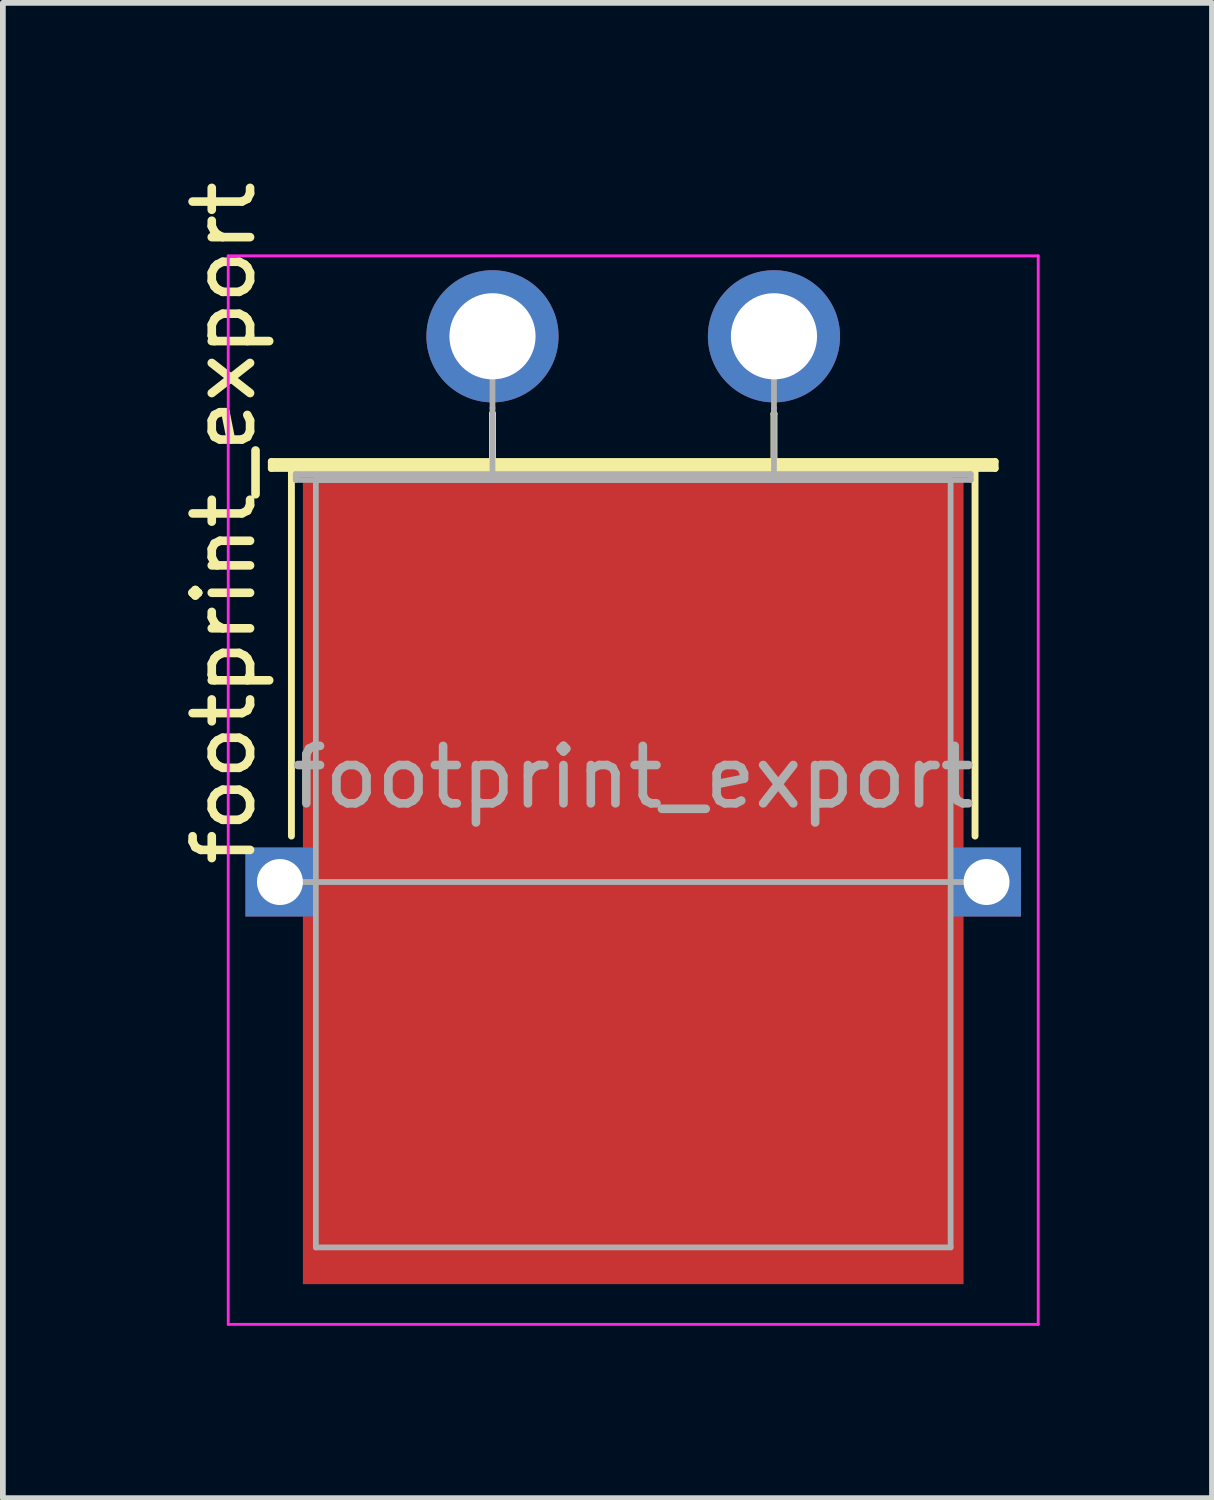
<source format=kicad_pcb>
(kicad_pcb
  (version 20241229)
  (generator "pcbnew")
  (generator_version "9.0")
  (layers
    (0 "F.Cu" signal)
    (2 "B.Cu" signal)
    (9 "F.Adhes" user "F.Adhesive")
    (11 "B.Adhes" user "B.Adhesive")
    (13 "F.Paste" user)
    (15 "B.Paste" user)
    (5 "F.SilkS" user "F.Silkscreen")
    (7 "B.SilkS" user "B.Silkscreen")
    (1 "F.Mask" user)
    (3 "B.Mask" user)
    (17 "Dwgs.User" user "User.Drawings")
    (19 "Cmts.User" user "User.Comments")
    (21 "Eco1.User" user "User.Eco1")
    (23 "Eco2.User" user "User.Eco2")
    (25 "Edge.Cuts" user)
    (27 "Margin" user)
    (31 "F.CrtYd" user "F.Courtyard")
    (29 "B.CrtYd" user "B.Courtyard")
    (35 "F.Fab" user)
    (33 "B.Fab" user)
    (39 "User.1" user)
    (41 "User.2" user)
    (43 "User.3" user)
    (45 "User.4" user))
  (footprint "footprint_export"
    (layer "F.Cu")
    (at 5.523 2.804)
    (property "Reference" "footprint_export" (at -4.675 3.25 90) (layer "F.SilkS") (effects (font (size 1 1) (thickness 0.15))))
    (attr through_hole)
    (fp_line (start -3.85 2.18) (end 8.75 2.18) (stroke (width 0.12) (type solid)) (layer "F.SilkS"))
    (fp_line (start -3.85 2.3) (end -3.85 2.18) (stroke (width 0.12) (type solid)) (layer "F.SilkS"))
    (fp_line (start -3.5 2.3) (end 8.4 2.3) (stroke (width 0.12) (type solid)) (layer "F.SilkS"))
    (fp_line (start -3.5 8.7) (end -3.5 2.3) (stroke (width 0.12) (type solid)) (layer "F.SilkS"))
    (fp_line (start 0 1.35) (end 0 1.35) (stroke (width 0.12) (type solid)) (layer "F.SilkS"))
    (fp_line (start 0 2.3) (end 0 1.35) (stroke (width 0.12) (type solid)) (layer "F.SilkS"))
    (fp_line (start 4.9 1.35) (end 4.9 1.35) (stroke (width 0.12) (type solid)) (layer "F.SilkS"))
    (fp_line (start 4.9 2.3) (end 4.9 1.35) (stroke (width 0.12) (type solid)) (layer "F.SilkS"))
    (fp_line (start 8.4 2.3) (end 8.4 8.7) (stroke (width 0.12) (type solid)) (layer "F.SilkS"))
    (fp_line (start 8.75 2.18) (end 8.75 2.3) (stroke (width 0.12) (type solid)) (layer "F.SilkS"))
    (fp_line (start 8.75 2.3) (end -3.85 2.3) (stroke (width 0.12) (type solid)) (layer "F.SilkS"))
    (fp_line (start -4.6 -1.4) (end -4.6 17.2) (stroke (width 0.05) (type solid)) (layer "F.CrtYd"))
    (fp_line (start -4.6 17.2) (end 9.5 17.2) (stroke (width 0.05) (type solid)) (layer "F.CrtYd"))
    (fp_line (start 9.5 -1.4) (end -4.6 -1.4) (stroke (width 0.05) (type solid)) (layer "F.CrtYd"))
    (fp_line (start 9.5 17.2) (end 9.5 -1.4) (stroke (width 0.05) (type solid)) (layer "F.CrtYd"))
    (fp_line (start -3.7 9.5) (end 8.6 9.5) (stroke (width 0.1) (type solid)) (layer "F.Fab"))
    (fp_line (start -3.425 2.4) (end 8.325 2.4) (stroke (width 0.1) (type solid)) (layer "F.Fab"))
    (fp_line (start -3.425 2.5) (end -3.425 2.4) (stroke (width 0.1) (type solid)) (layer "F.Fab"))
    (fp_line (start -3.075 2.5) (end -3.075 15.86) (stroke (width 0.1) (type solid)) (layer "F.Fab"))
    (fp_line (start -3.075 15.86) (end 7.975 15.86) (stroke (width 0.1) (type solid)) (layer "F.Fab"))
    (fp_line (start 0 1.25) (end 0 0) (stroke (width 0.1) (type solid)) (layer "F.Fab"))
    (fp_line (start 0 2.5) (end 0 1.25) (stroke (width 0.1) (type solid)) (layer "F.Fab"))
    (fp_line (start 4.9 1.25) (end 4.9 0) (stroke (width 0.1) (type solid)) (layer "F.Fab"))
    (fp_line (start 4.9 2.5) (end 4.9 1.25) (stroke (width 0.1) (type solid)) (layer "F.Fab"))
    (fp_line (start 7.975 2.5) (end -3.075 2.5) (stroke (width 0.1) (type solid)) (layer "F.Fab"))
    (fp_line (start 7.975 15.86) (end 7.975 2.5) (stroke (width 0.1) (type solid)) (layer "F.Fab"))
    (fp_line (start 8.325 2.4) (end 8.325 2.5) (stroke (width 0.1) (type solid)) (layer "F.Fab"))
    (fp_line (start 8.325 2.5) (end -3.425 2.5) (stroke (width 0.1) (type solid)) (layer "F.Fab"))
    (fp_text user "${REFERENCE}" (at 2.45 7.675 0) (layer "F.Fab") (effects (font (size 1 1) (thickness 0.15))))
    (pad "1" thru_hole circle (at 0 0) (size 2.3 2.3) (drill 1.5) (layers "*.Cu" "*.Mask"))
    (pad "2" thru_hole circle (at 4.9 0) (size 2.3 2.3) (drill 1.5) (layers "*.Cu" "*.Mask"))
    (pad "3" thru_hole rect (at -3.7 9.5) (size 1.2 1.2) (drill 0.8) (layers "*.Cu" "*.Mask"))
    (pad "3" smd rect (at 2.45 9.5) (size 11.5 14) (layers "F.Cu" "F.Mask" "F.Paste"))
    (pad "3" thru_hole rect (at 8.6 9.5) (size 1.2 1.2) (drill 0.8) (layers "*.Cu" "*.Mask")))
  (gr_rect
    (start -3 -3)
    (end 18.048 23.029)
    (stroke (width 0.1) (type default))
    (fill no)
    (layer "Edge.Cuts")))
</source>
